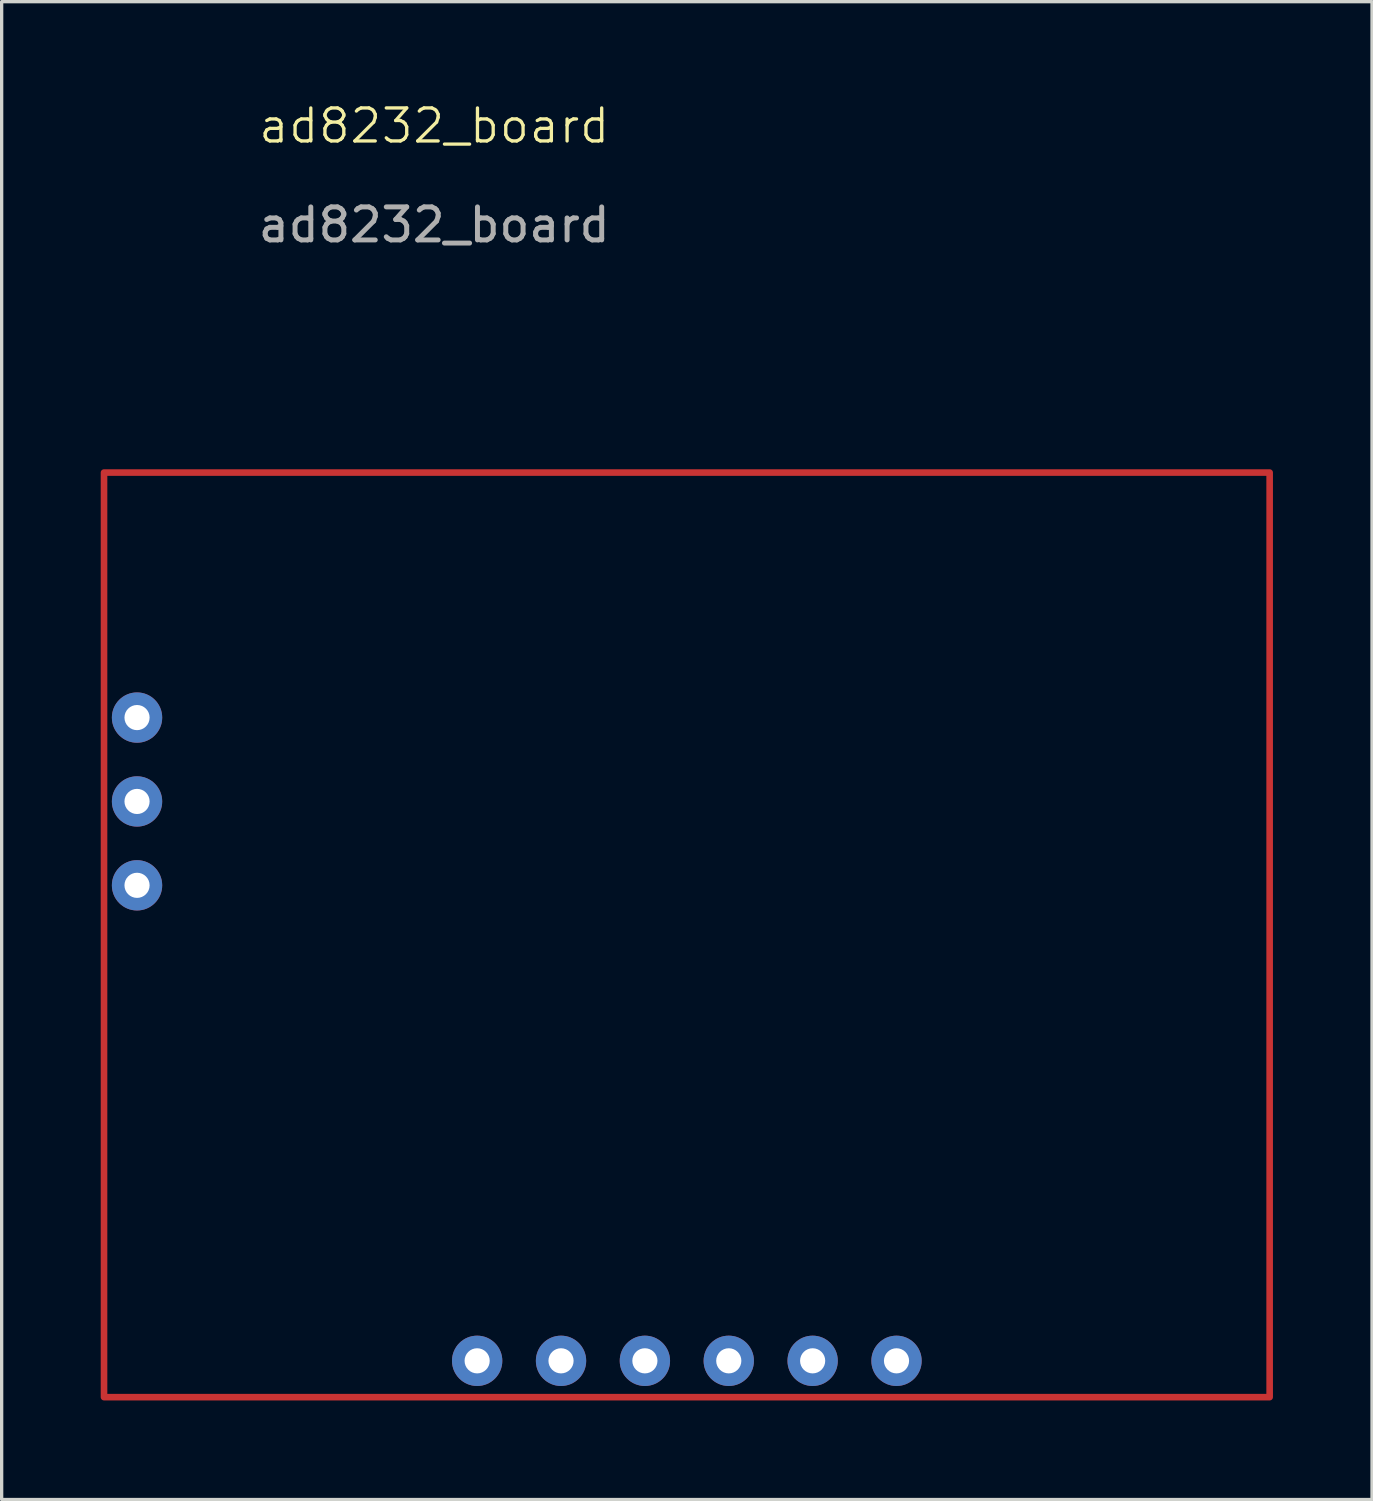
<source format=kicad_pcb>
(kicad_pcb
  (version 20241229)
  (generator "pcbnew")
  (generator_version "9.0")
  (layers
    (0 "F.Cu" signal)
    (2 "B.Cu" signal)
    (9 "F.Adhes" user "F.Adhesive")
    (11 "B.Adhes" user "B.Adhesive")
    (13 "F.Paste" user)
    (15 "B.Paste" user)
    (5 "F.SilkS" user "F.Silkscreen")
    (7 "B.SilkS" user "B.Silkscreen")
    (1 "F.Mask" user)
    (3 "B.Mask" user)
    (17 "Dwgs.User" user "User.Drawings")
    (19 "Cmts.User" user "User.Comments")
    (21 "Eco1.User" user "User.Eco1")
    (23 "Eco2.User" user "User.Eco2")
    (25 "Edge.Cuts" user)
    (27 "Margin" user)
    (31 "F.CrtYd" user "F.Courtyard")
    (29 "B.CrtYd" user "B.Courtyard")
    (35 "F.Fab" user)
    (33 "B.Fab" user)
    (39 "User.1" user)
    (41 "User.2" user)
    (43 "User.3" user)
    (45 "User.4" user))
  (footprint "ad8232_board"
    (layer "F.Cu")
    (at 1.1 11.261)
    (property "Reference" "ad8232_board" (at 9 -10.5 0) (unlocked yes) (layer "F.SilkS") (effects (font (size 1 1) (thickness 0.1))))
    (attr through_hole)
    (fp_rect (start -1 0) (end 34.3 28) (stroke (width 0.2) (type default)) (fill no) (layer "F.Cu"))
    (fp_text user "${REFERENCE}" (at 9 -7.5 0) (unlocked yes) (layer "F.Fab") (effects (font (size 1 1) (thickness 0.15))))
    (pad "1" thru_hole circle (at 0 7.42) (size 1.524 1.524) (drill 0.762) (layers "*.Cu" "*.Mask"))
    (pad "2" thru_hole circle (at 0 9.96) (size 1.524 1.524) (drill 0.762) (layers "*.Cu" "*.Mask"))
    (pad "3" thru_hole circle (at 0 12.5) (size 1.524 1.524) (drill 0.762) (layers "*.Cu" "*.Mask"))
    (pad "4" thru_hole circle (at 10.3 26.9) (size 1.524 1.524) (drill 0.762) (layers "*.Cu" "*.Mask"))
    (pad "5" thru_hole circle (at 12.84 26.9) (size 1.524 1.524) (drill 0.762) (layers "*.Cu" "*.Mask"))
    (pad "6" thru_hole circle (at 15.38 26.9) (size 1.524 1.524) (drill 0.762) (layers "*.Cu" "*.Mask"))
    (pad "7" thru_hole circle (at 17.92 26.9) (size 1.524 1.524) (drill 0.762) (layers "*.Cu" "*.Mask"))
    (pad "8" thru_hole circle (at 20.46 26.9) (size 1.524 1.524) (drill 0.762) (layers "*.Cu" "*.Mask"))
    (pad "9" thru_hole circle (at 23 26.9) (size 1.524 1.524) (drill 0.762) (layers "*.Cu" "*.Mask")))
  (gr_rect
    (start -3 -3)
    (end 38.5 42.361)
    (stroke (width 0.1) (type default))
    (fill no)
    (layer "Edge.Cuts")))
</source>
